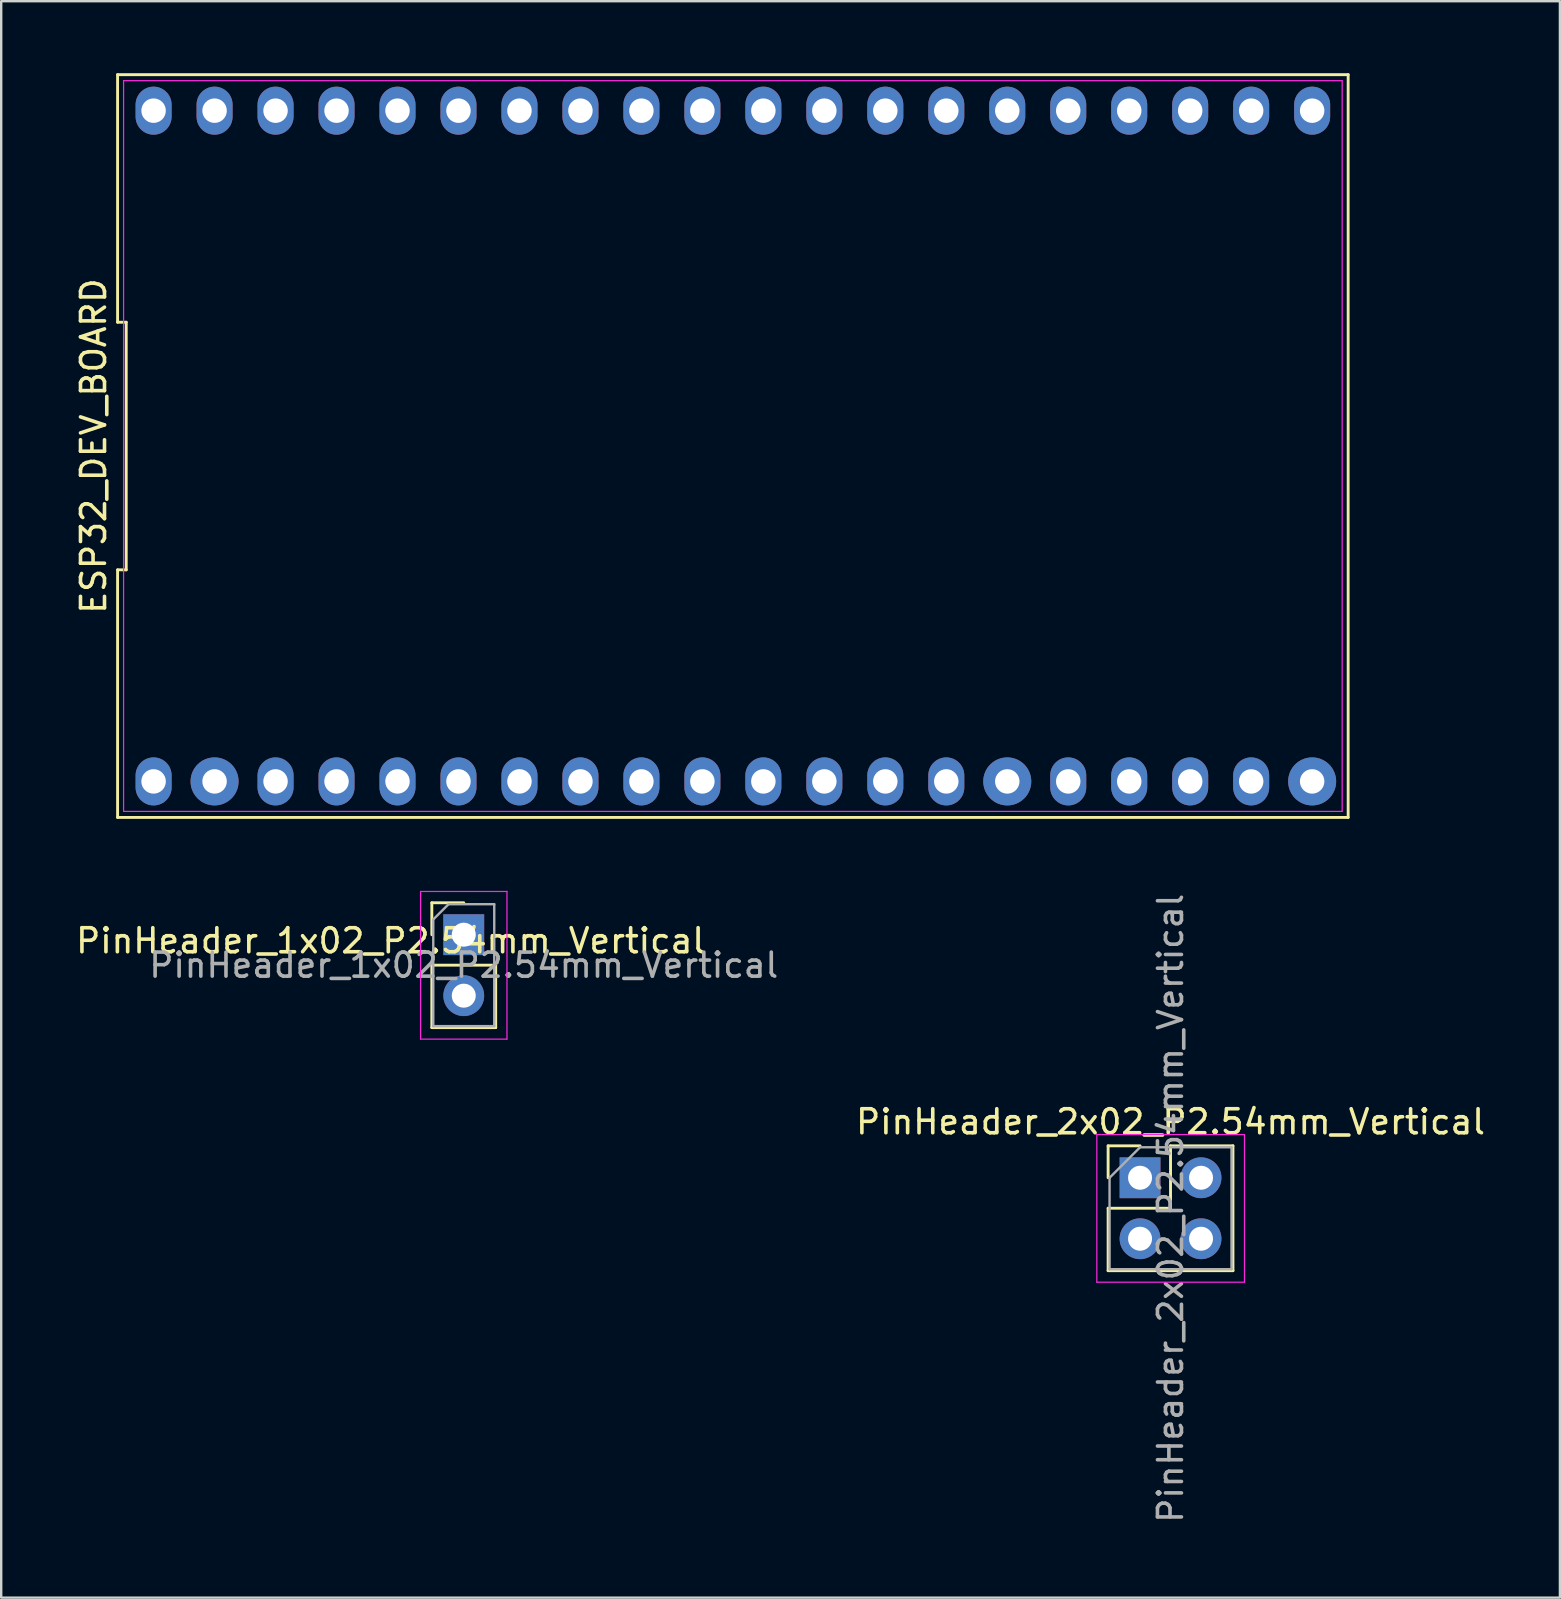
<source format=kicad_pcb>
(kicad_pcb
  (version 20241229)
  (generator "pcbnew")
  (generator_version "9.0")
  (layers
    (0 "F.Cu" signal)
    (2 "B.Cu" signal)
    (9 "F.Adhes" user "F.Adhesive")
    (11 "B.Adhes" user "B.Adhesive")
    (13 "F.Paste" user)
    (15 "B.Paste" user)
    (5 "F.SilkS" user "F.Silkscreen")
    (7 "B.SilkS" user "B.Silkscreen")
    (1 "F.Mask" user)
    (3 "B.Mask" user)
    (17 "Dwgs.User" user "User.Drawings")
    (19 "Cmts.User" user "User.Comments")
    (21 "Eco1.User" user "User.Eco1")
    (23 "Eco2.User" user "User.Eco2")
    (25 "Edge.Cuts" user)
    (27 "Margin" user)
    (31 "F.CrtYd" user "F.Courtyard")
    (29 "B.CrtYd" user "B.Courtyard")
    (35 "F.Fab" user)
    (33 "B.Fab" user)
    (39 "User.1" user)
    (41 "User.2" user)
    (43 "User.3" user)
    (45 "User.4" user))
  (footprint "PinHeader_2x02_P2.54mm_Vertical"
    (layer "F.Cu")
    (at 44.439 46.01)
    (property "Reference" "PinHeader_2x02_P2.54mm_Vertical" (at 1.27 -2.33 0) (layer "F.SilkS") (effects (font (size 1 1) (thickness 0.15))))
    (attr through_hole)
    (fp_line (start -1.33 -1.33) (end 0 -1.33) (stroke (width 0.12) (type solid)) (layer "F.SilkS"))
    (fp_line (start -1.33 0) (end -1.33 -1.33) (stroke (width 0.12) (type solid)) (layer "F.SilkS"))
    (fp_line (start -1.33 1.27) (end -1.33 3.87) (stroke (width 0.12) (type solid)) (layer "F.SilkS"))
    (fp_line (start -1.33 1.27) (end 1.27 1.27) (stroke (width 0.12) (type solid)) (layer "F.SilkS"))
    (fp_line (start -1.33 3.87) (end 3.87 3.87) (stroke (width 0.12) (type solid)) (layer "F.SilkS"))
    (fp_line (start 1.27 -1.33) (end 3.87 -1.33) (stroke (width 0.12) (type solid)) (layer "F.SilkS"))
    (fp_line (start 1.27 1.27) (end 1.27 -1.33) (stroke (width 0.12) (type solid)) (layer "F.SilkS"))
    (fp_line (start 3.87 -1.33) (end 3.87 3.87) (stroke (width 0.12) (type solid)) (layer "F.SilkS"))
    (fp_line (start -1.8 -1.8) (end -1.8 4.35) (stroke (width 0.05) (type solid)) (layer "F.CrtYd"))
    (fp_line (start -1.8 4.35) (end 4.35 4.35) (stroke (width 0.05) (type solid)) (layer "F.CrtYd"))
    (fp_line (start 4.35 -1.8) (end -1.8 -1.8) (stroke (width 0.05) (type solid)) (layer "F.CrtYd"))
    (fp_line (start 4.35 4.35) (end 4.35 -1.8) (stroke (width 0.05) (type solid)) (layer "F.CrtYd"))
    (fp_line (start -1.27 0) (end 0 -1.27) (stroke (width 0.1) (type solid)) (layer "F.Fab"))
    (fp_line (start -1.27 3.81) (end -1.27 0) (stroke (width 0.1) (type solid)) (layer "F.Fab"))
    (fp_line (start 0 -1.27) (end 3.81 -1.27) (stroke (width 0.1) (type solid)) (layer "F.Fab"))
    (fp_line (start 3.81 -1.27) (end 3.81 3.81) (stroke (width 0.1) (type solid)) (layer "F.Fab"))
    (fp_line (start 3.81 3.81) (end -1.27 3.81) (stroke (width 0.1) (type solid)) (layer "F.Fab"))
    (fp_text user "${REFERENCE}" (at 1.27 1.27 90) (layer "F.Fab") (effects (font (size 1 1) (thickness 0.15))))
    (pad "1" thru_hole rect (at 0 0) (size 1.7 1.7) (drill 1) (layers "*.Cu" "*.Mask"))
    (pad "2" thru_hole oval (at 2.54 0) (size 1.7 1.7) (drill 1) (layers "*.Cu" "*.Mask"))
    (pad "3" thru_hole oval (at 0 2.54) (size 1.7 1.7) (drill 1) (layers "*.Cu" "*.Mask"))
    (pad "4" thru_hole oval (at 2.54 2.54) (size 1.7 1.7) (drill 1) (layers "*.Cu" "*.Mask")))
  (footprint "ESP32_DEV_BOARD"
    (layer "F.Cu")
    (at 27.478 15.53)
    (property "Reference" "ESP32_DEV_BOARD" (at -26.63 0 90) (layer "F.SilkS") (effects (font (size 1 1) (thickness 0.15))))
    (attr through_hole)
    (fp_line (start -25.63 -15.47) (end -25.63 -5.157) (stroke (width 0.12) (type solid)) (layer "F.SilkS"))
    (fp_line (start -25.63 -5.157) (end -25.27 -5.157) (stroke (width 0.12) (type solid)) (layer "F.SilkS"))
    (fp_line (start -25.63 5.157) (end -25.63 15.47) (stroke (width 0.12) (type solid)) (layer "F.SilkS"))
    (fp_line (start -25.63 15.47) (end 25.63 15.47) (stroke (width 0.12) (type solid)) (layer "F.SilkS"))
    (fp_line (start -25.27 -5.157) (end -25.27 5.157) (stroke (width 0.12) (type solid)) (layer "F.SilkS"))
    (fp_line (start -25.27 5.157) (end -25.63 5.157) (stroke (width 0.12) (type solid)) (layer "F.SilkS"))
    (fp_line (start 25.63 -15.47) (end -25.63 -15.47) (stroke (width 0.12) (type solid)) (layer "F.SilkS"))
    (fp_line (start 25.63 15.47) (end 25.63 -15.47) (stroke (width 0.12) (type solid)) (layer "F.SilkS"))
    (fp_line (start -25.38 -15.22) (end 25.38 -15.22) (stroke (width 0.05) (type solid)) (layer "F.CrtYd"))
    (fp_line (start -25.38 15.22) (end -25.38 -15.22) (stroke (width 0.05) (type solid)) (layer "F.CrtYd"))
    (fp_line (start 25.38 -15.22) (end 25.38 15.22) (stroke (width 0.05) (type solid)) (layer "F.CrtYd"))
    (fp_line (start 25.38 15.22) (end -25.38 15.22) (stroke (width 0.05) (type solid)) (layer "F.CrtYd"))
    (pad "0" thru_hole oval (at -24.13 -13.97) (size 1.5 2) (drill 1.02) (layers "*.Cu" "*.Mask"))
    (pad "0" thru_hole oval (at -24.13 13.97) (size 1.5 2) (drill 1.02) (layers "*.Cu" "*.Mask"))
    (pad "1" thru_hole circle (at -21.59 13.97) (size 2 2) (drill 1.02) (layers "*.Cu" "*.Mask"))
    (pad "2" thru_hole oval (at -19.05 13.97) (size 1.5 2) (drill 1.02) (layers "*.Cu" "*.Mask"))
    (pad "3" thru_hole oval (at -16.51 13.97) (size 1.5 2) (drill 1.02) (layers "*.Cu" "*.Mask"))
    (pad "4" thru_hole oval (at -13.97 13.97) (size 1.5 2) (drill 1.02) (layers "*.Cu" "*.Mask"))
    (pad "5" thru_hole oval (at -11.43 13.97) (size 1.5 2) (drill 1.02) (layers "*.Cu" "*.Mask"))
    (pad "6" thru_hole oval (at -8.89 13.97) (size 1.5 2) (drill 1.02) (layers "*.Cu" "*.Mask"))
    (pad "7" thru_hole oval (at -6.35 13.97) (size 1.5 2) (drill 1.02) (layers "*.Cu" "*.Mask"))
    (pad "8" thru_hole oval (at -3.81 13.97) (size 1.5 2) (drill 1.02) (layers "*.Cu" "*.Mask"))
    (pad "9" thru_hole oval (at -1.27 13.97) (size 1.5 2) (drill 1.02) (layers "*.Cu" "*.Mask"))
    (pad "10" thru_hole oval (at 1.27 13.97) (size 1.5 2) (drill 1.02) (layers "*.Cu" "*.Mask"))
    (pad "11" thru_hole oval (at 3.81 13.97) (size 1.5 2) (drill 1.02) (layers "*.Cu" "*.Mask"))
    (pad "12" thru_hole oval (at 6.35 13.97) (size 1.5 2) (drill 1.02) (layers "*.Cu" "*.Mask"))
    (pad "13" thru_hole oval (at 8.89 13.97) (size 1.5 2) (drill 1.02) (layers "*.Cu" "*.Mask"))
    (pad "14" thru_hole circle (at 11.43 13.97) (size 2 2) (drill 1.02) (layers "*.Cu" "*.Mask"))
    (pad "15" thru_hole oval (at 13.97 13.97) (size 1.5 2) (drill 1.02) (layers "*.Cu" "*.Mask"))
    (pad "16" thru_hole oval (at 16.51 13.97) (size 1.5 2) (drill 1.02) (layers "*.Cu" "*.Mask"))
    (pad "17" thru_hole oval (at 19.05 13.97) (size 1.5 2) (drill 1.02) (layers "*.Cu" "*.Mask"))
    (pad "18" thru_hole oval (at 21.59 13.97) (size 1.5 2) (drill 1.02) (layers "*.Cu" "*.Mask"))
    (pad "19" thru_hole circle (at 24.13 13.97) (size 2 2) (drill 1.02) (layers "*.Cu" "*.Mask"))
    (pad "20" thru_hole oval (at -21.59 -13.97 180) (size 1.5 2) (drill 1.02) (layers "*.Cu" "*.Mask"))
    (pad "21" thru_hole oval (at -19.05 -13.97 180) (size 1.5 2) (drill 1.02) (layers "*.Cu" "*.Mask"))
    (pad "22" thru_hole oval (at -16.51 -13.97 180) (size 1.5 2) (drill 1.02) (layers "*.Cu" "*.Mask"))
    (pad "23" thru_hole oval (at -13.97 -13.97 180) (size 1.5 2) (drill 1.02) (layers "*.Cu" "*.Mask"))
    (pad "24" thru_hole oval (at -11.43 -13.97 180) (size 1.5 2) (drill 1.02) (layers "*.Cu" "*.Mask"))
    (pad "25" thru_hole oval (at -8.89 -13.97 180) (size 1.5 2) (drill 1.02) (layers "*.Cu" "*.Mask"))
    (pad "26" thru_hole oval (at -6.35 -13.97 180) (size 1.5 2) (drill 1.02) (layers "*.Cu" "*.Mask"))
    (pad "27" thru_hole oval (at -3.81 -13.97 180) (size 1.5 2) (drill 1.02) (layers "*.Cu" "*.Mask"))
    (pad "28" thru_hole oval (at -1.27 -13.97 180) (size 1.5 2) (drill 1.02) (layers "*.Cu" "*.Mask"))
    (pad "29" thru_hole oval (at 1.27 -13.97 180) (size 1.5 2) (drill 1.02) (layers "*.Cu" "*.Mask"))
    (pad "30" thru_hole oval (at 3.81 -13.97 180) (size 1.5 2) (drill 1.02) (layers "*.Cu" "*.Mask"))
    (pad "31" thru_hole oval (at 6.35 -13.97 180) (size 1.5 2) (drill 1.02) (layers "*.Cu" "*.Mask"))
    (pad "32" thru_hole oval (at 8.89 -13.97 180) (size 1.5 2) (drill 1.02) (layers "*.Cu" "*.Mask"))
    (pad "33" thru_hole oval (at 11.43 -13.97 180) (size 1.5 2) (drill 1.02) (layers "*.Cu" "*.Mask"))
    (pad "34" thru_hole oval (at 13.97 -13.97 180) (size 1.5 2) (drill 1.02) (layers "*.Cu" "*.Mask"))
    (pad "35" thru_hole oval (at 16.51 -13.97 180) (size 1.5 2) (drill 1.02) (layers "*.Cu" "*.Mask"))
    (pad "36" thru_hole oval (at 19.05 -13.97 180) (size 1.5 2) (drill 1.02) (layers "*.Cu" "*.Mask"))
    (pad "37" thru_hole oval (at 21.59 -13.97 180) (size 1.5 2) (drill 1.02) (layers "*.Cu" "*.Mask"))
    (pad "38" thru_hole oval (at 24.13 -13.97 180) (size 1.5 2) (drill 1.02) (layers "*.Cu" "*.Mask")))
  (footprint "PinHeader_1x02_P2.54mm_Vertical"
    (layer "F.Cu")
    (at 16.268 35.885)
    (property "Reference" "PinHeader_1x02_P2.54mm_Vertical" (at -3.048 0.254 0) (layer "F.SilkS") (effects (font (size 1 1) (thickness 0.15))))
    (attr through_hole)
    (fp_line (start -1.33 -1.33) (end 0 -1.33) (stroke (width 0.12) (type solid)) (layer "F.SilkS"))
    (fp_line (start -1.33 0) (end -1.33 -1.33) (stroke (width 0.12) (type solid)) (layer "F.SilkS"))
    (fp_line (start -1.33 1.27) (end -1.33 3.87) (stroke (width 0.12) (type solid)) (layer "F.SilkS"))
    (fp_line (start -1.33 1.27) (end 1.33 1.27) (stroke (width 0.12) (type solid)) (layer "F.SilkS"))
    (fp_line (start -1.33 3.87) (end 1.33 3.87) (stroke (width 0.12) (type solid)) (layer "F.SilkS"))
    (fp_line (start 1.33 1.27) (end 1.33 3.87) (stroke (width 0.12) (type solid)) (layer "F.SilkS"))
    (fp_line (start -1.8 -1.8) (end -1.8 4.35) (stroke (width 0.05) (type solid)) (layer "F.CrtYd"))
    (fp_line (start -1.8 4.35) (end 1.8 4.35) (stroke (width 0.05) (type solid)) (layer "F.CrtYd"))
    (fp_line (start 1.8 -1.8) (end -1.8 -1.8) (stroke (width 0.05) (type solid)) (layer "F.CrtYd"))
    (fp_line (start 1.8 4.35) (end 1.8 -1.8) (stroke (width 0.05) (type solid)) (layer "F.CrtYd"))
    (fp_line (start -1.27 -0.635) (end -0.635 -1.27) (stroke (width 0.1) (type solid)) (layer "F.Fab"))
    (fp_line (start -1.27 3.81) (end -1.27 -0.635) (stroke (width 0.1) (type solid)) (layer "F.Fab"))
    (fp_line (start -0.635 -1.27) (end 1.27 -1.27) (stroke (width 0.1) (type solid)) (layer "F.Fab"))
    (fp_line (start 1.27 -1.27) (end 1.27 3.81) (stroke (width 0.1) (type solid)) (layer "F.Fab"))
    (fp_line (start 1.27 3.81) (end -1.27 3.81) (stroke (width 0.1) (type solid)) (layer "F.Fab"))
    (fp_text user "${REFERENCE}" (at 0 1.27 180) (layer "F.Fab") (effects (font (size 1 1) (thickness 0.15))))
    (pad "1" thru_hole rect (at 0 0) (size 1.7 1.7) (drill 1) (layers "*.Cu" "*.Mask"))
    (pad "2" thru_hole oval (at 0 2.54) (size 1.7 1.7) (drill 1) (layers "*.Cu" "*.Mask")))
  (gr_rect
    (start -3 -3)
    (end 61.929 63.5)
    (stroke (width 0.1) (type default))
    (fill no)
    (layer "Edge.Cuts")))
</source>
